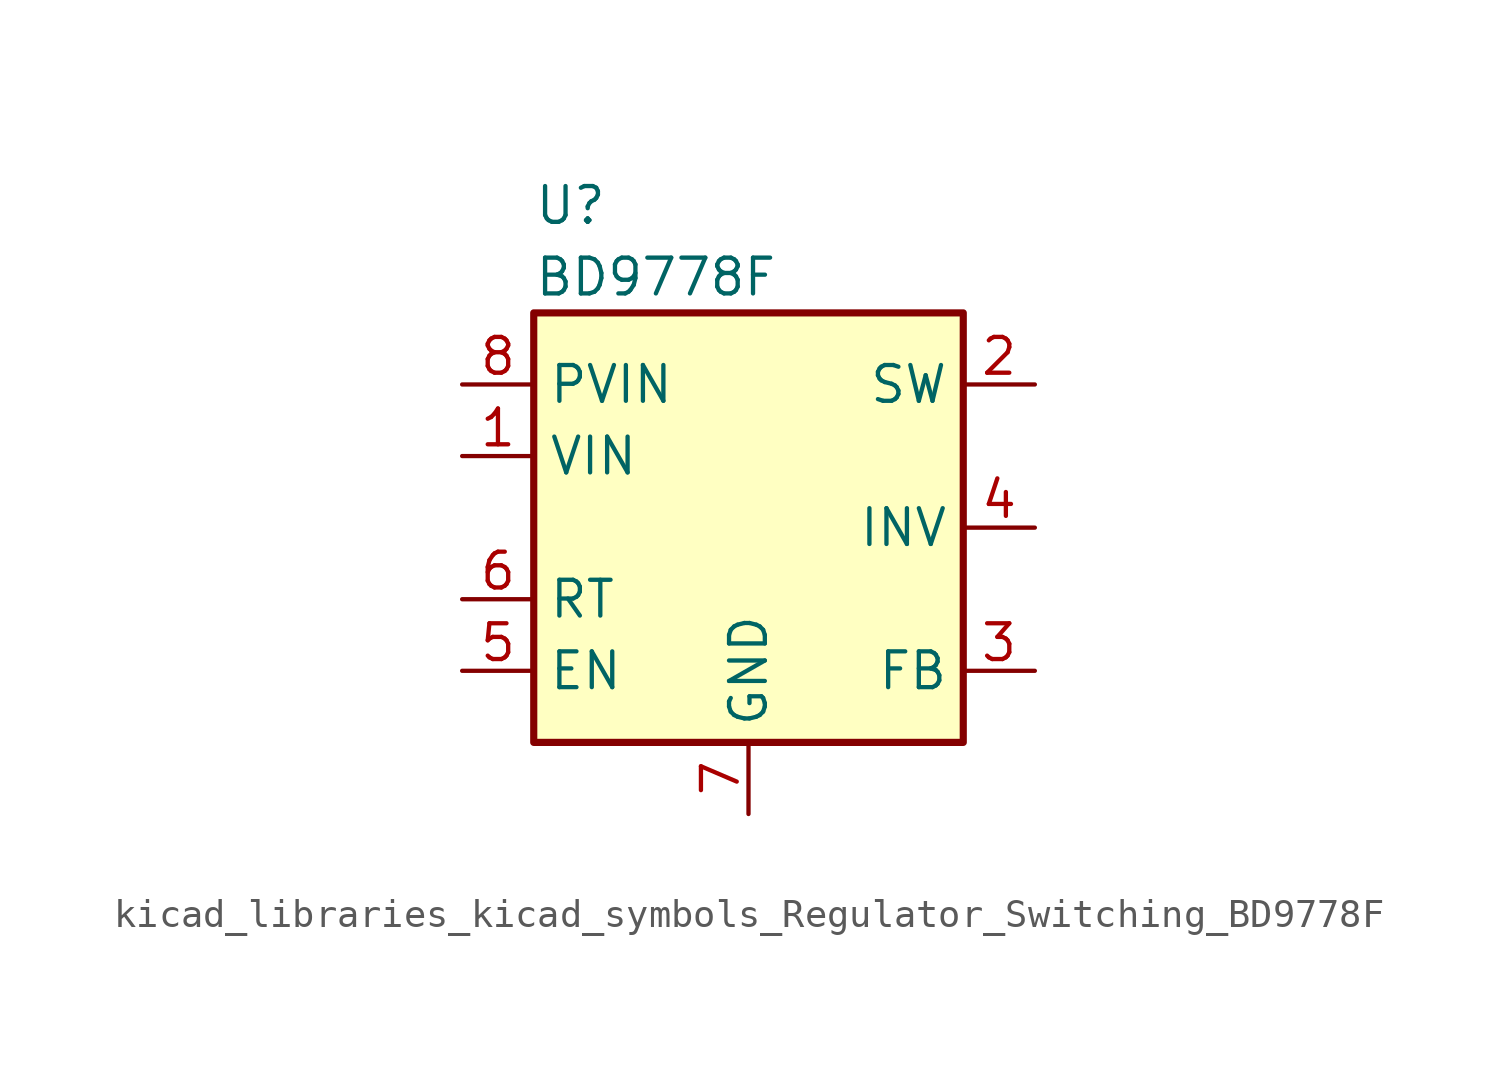
<source format=kicad_sym>
(kicad_symbol_lib
  (version 20220914)
  (generator kicad_symbol_editor)
  (symbol "kicad_libraries_kicad_symbols_Regulator_Switching_BD9778F"
    (property "Reference" "U"
      (at -7.62 11.43 0)
      (effects (font (size 1.27 1.27)) (justify left)))
    (property "Value" "BD9778F"
      (at -7.62 8.89 0)
      (effects (font (size 1.27 1.27)) (justify left)))
    (symbol "kicad_libraries_kicad_symbols_Regulator_Switching_BD9778F_0_1"
      (rectangle (start -7.62 7.62) (end 7.62 -7.62) (stroke (width 0.254) (type default)) (fill (type background))))
    (symbol "kicad_libraries_kicad_symbols_Regulator_Switching_BD9778F_1_1"
      (pin power_in line (at -10.16 2.54 0) (length 2.54) (name "VIN" (effects (font (size 1.27 1.27)))) (number "1" (effects (font (size 1.27 1.27)))))
      (pin output line (at 10.16 5.08 180) (length 2.54) (name "SW" (effects (font (size 1.27 1.27)))) (number "2" (effects (font (size 1.27 1.27)))))
      (pin passive line (at 10.16 -5.08 180) (length 2.54) (name "FB" (effects (font (size 1.27 1.27)))) (number "3" (effects (font (size 1.27 1.27)))))
      (pin input line (at 10.16 0 180) (length 2.54) (name "INV" (effects (font (size 1.27 1.27)))) (number "4" (effects (font (size 1.27 1.27)))))
      (pin passive line (at -10.16 -5.08 0) (length 2.54) (name "EN" (effects (font (size 1.27 1.27)))) (number "5" (effects (font (size 1.27 1.27)))))
      (pin passive line (at -10.16 -2.54 0) (length 2.54) (name "RT" (effects (font (size 1.27 1.27)))) (number "6" (effects (font (size 1.27 1.27)))))
      (pin power_in line (at 0 -10.16 90) (length 2.54) (name "GND" (effects (font (size 1.27 1.27)))) (number "7" (effects (font (size 1.27 1.27)))))
      (pin power_in line (at -10.16 5.08 0) (length 2.54) (name "PVIN" (effects (font (size 1.27 1.27)))) (number "8" (effects (font (size 1.27 1.27))))))))
</source>
